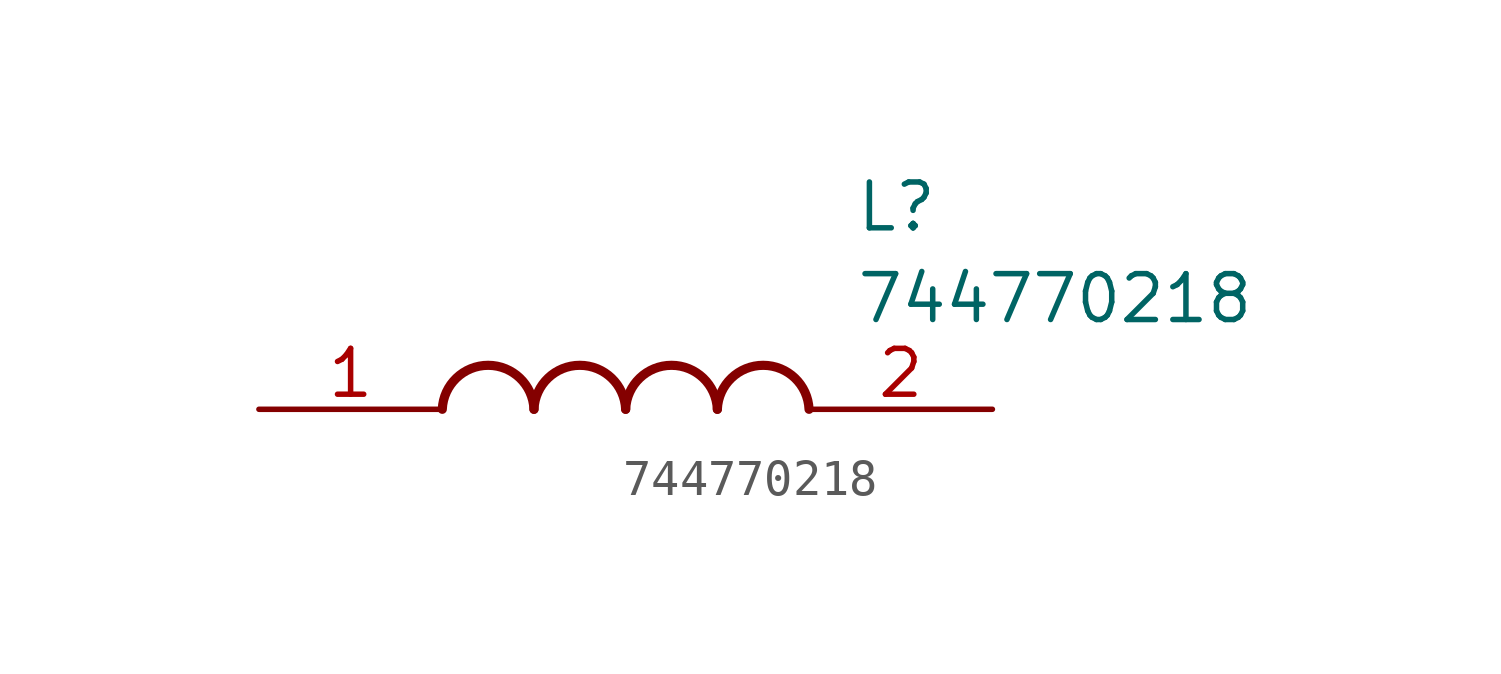
<source format=kicad_sym>
(kicad_symbol_lib
  (version 20211014)
  (generator SamacSys_ECAD_Model)
  (symbol "744770218"
    (pin_names hide)
    (property "Reference" "L"
      (at 16.51 6.35 0)
      (effects (font (size 1.27 1.27)) (justify left top)))
    (property "Value" "744770218"
      (at 16.51 3.81 0)
      (effects (font (size 1.27 1.27)) (justify left top)))
    (arc
      (start 7.62 0)
      (mid 6.35 1.219)
      (end 5.08 0)
      (stroke (width 0.254) (type default))
      (fill (type none)))
    (arc
      (start 10.16 0)
      (mid 8.89 1.219)
      (end 7.62 0)
      (stroke (width 0.254) (type default))
      (fill (type none)))
    (arc
      (start 12.7 0)
      (mid 11.43 1.219)
      (end 10.16 0)
      (stroke (width 0.254) (type default))
      (fill (type none)))
    (arc
      (start 15.24 0)
      (mid 13.97 1.219)
      (end 12.7 0)
      (stroke (width 0.254) (type default))
      (fill (type none)))
    (pin passive line
      (at 0 0 0)
      (length 5.08)
      (name "1" (effects (font (size 1.27 1.27))))
      (number "1" (effects (font (size 1.27 1.27)))))
    (pin passive line
      (at 20.32 0 180)
      (length 5.08)
      (name "2" (effects (font (size 1.27 1.27))))
      (number "2" (effects (font (size 1.27 1.27)))))))
</source>
